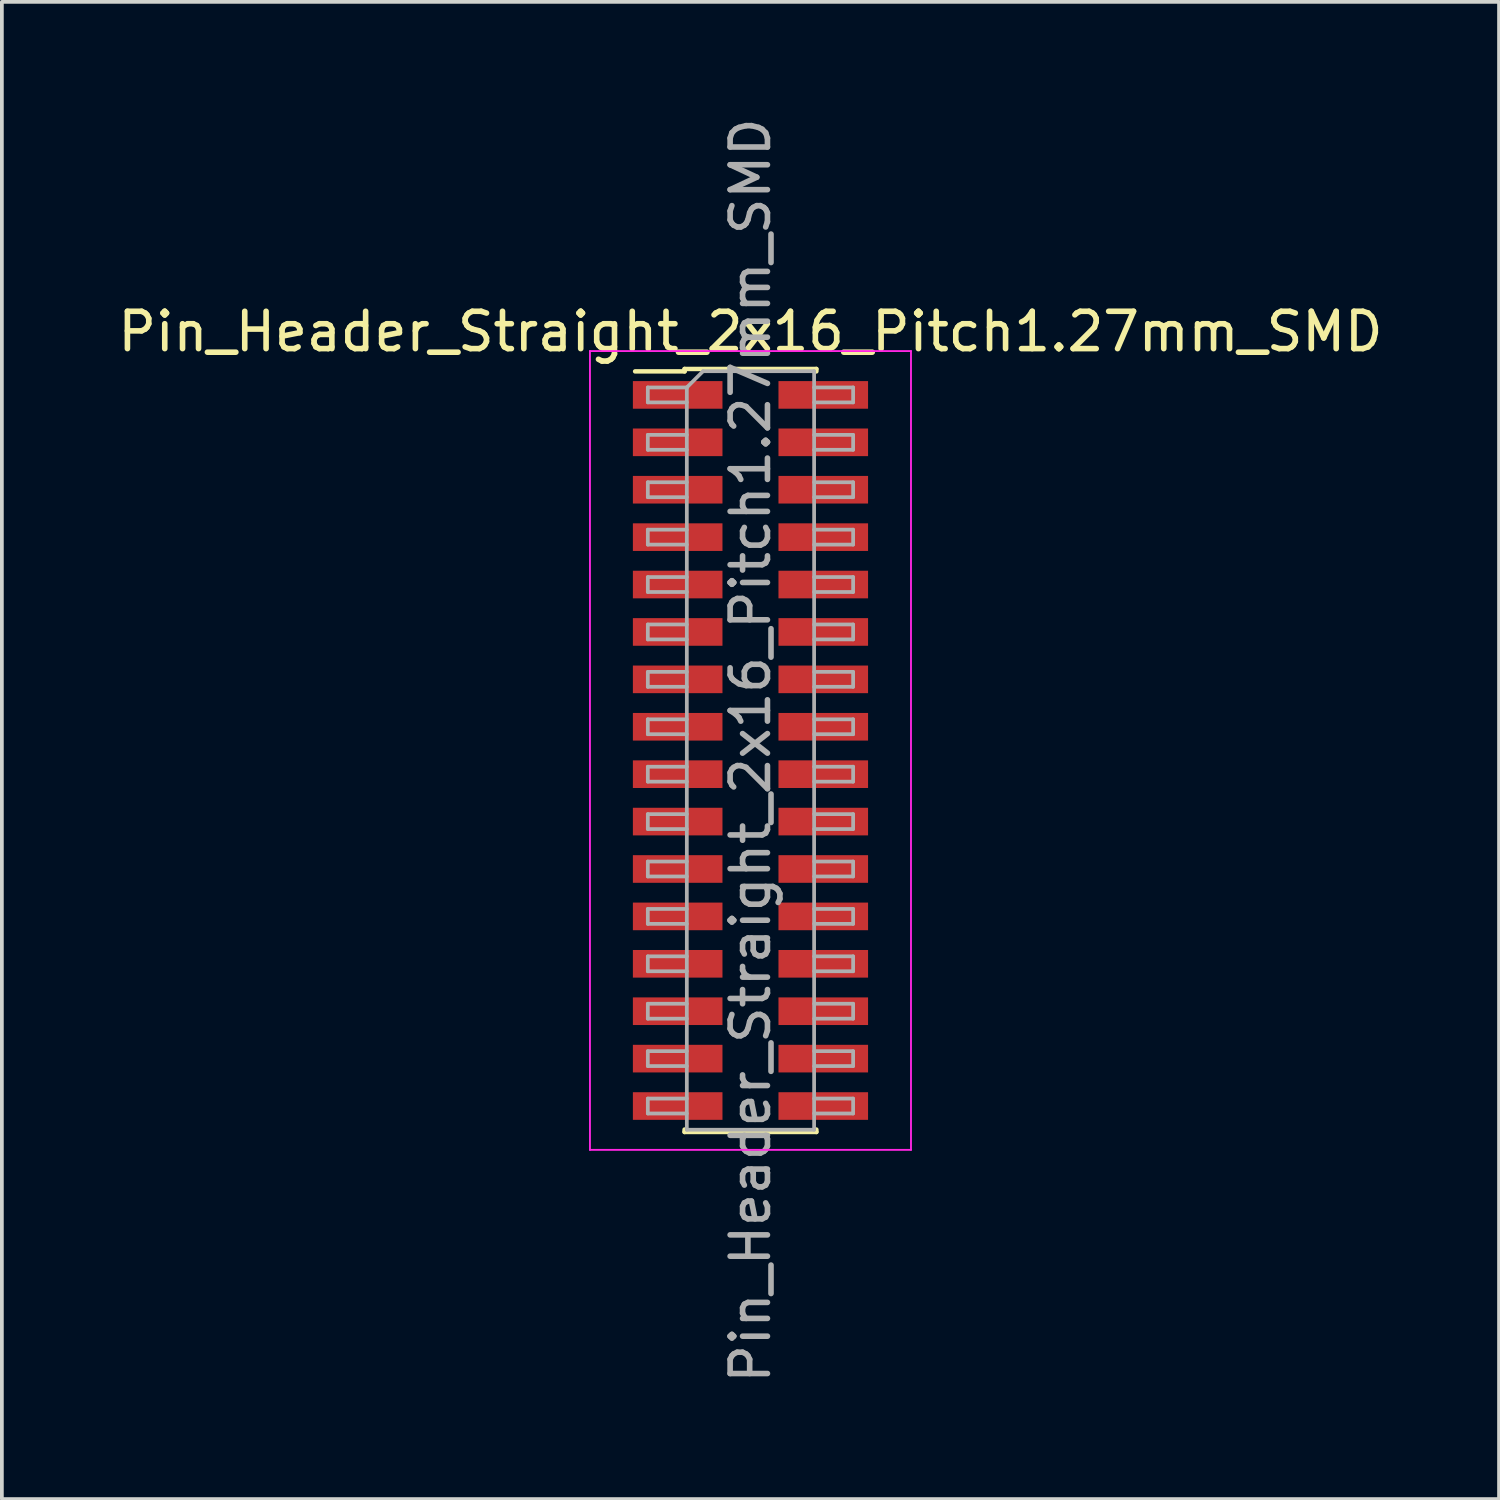
<source format=kicad_pcb>
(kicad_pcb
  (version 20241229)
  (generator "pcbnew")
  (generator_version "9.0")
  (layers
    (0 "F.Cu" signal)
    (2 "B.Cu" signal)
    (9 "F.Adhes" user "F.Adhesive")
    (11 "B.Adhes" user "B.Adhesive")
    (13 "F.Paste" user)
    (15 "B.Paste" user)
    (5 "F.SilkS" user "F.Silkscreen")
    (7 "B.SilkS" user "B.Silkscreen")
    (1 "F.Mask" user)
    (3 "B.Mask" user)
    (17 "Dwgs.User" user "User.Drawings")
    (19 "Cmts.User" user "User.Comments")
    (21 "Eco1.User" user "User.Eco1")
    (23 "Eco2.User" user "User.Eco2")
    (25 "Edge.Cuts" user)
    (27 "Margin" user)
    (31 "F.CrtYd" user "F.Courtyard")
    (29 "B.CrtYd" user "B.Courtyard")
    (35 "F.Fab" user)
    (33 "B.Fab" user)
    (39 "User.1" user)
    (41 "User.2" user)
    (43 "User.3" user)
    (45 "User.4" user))
  (footprint "Pin_Header_Straight_2x16_Pitch1.27mm_SMD"
    (layer "F.Cu")
    (at 17.054 17.054)
    (property "Reference" "Pin_Header_Straight_2x16_Pitch1.27mm_SMD" (at 0 -11.22 0) (layer "F.SilkS") (effects (font (size 1 1) (thickness 0.15))))
    (attr smd)
    (fp_line (start -3.09 -10.155) (end -1.765 -10.155) (stroke (width 0.12) (type solid)) (layer "F.SilkS"))
    (fp_line (start -1.765 -10.22) (end -1.765 -10.155) (stroke (width 0.12) (type solid)) (layer "F.SilkS"))
    (fp_line (start -1.765 -10.22) (end 1.765 -10.22) (stroke (width 0.12) (type solid)) (layer "F.SilkS"))
    (fp_line (start -1.765 10.155) (end -1.765 10.22) (stroke (width 0.12) (type solid)) (layer "F.SilkS"))
    (fp_line (start -1.765 10.22) (end 1.765 10.22) (stroke (width 0.12) (type solid)) (layer "F.SilkS"))
    (fp_line (start 1.765 -10.22) (end 1.765 -10.155) (stroke (width 0.12) (type solid)) (layer "F.SilkS"))
    (fp_line (start 1.765 10.155) (end 1.765 10.22) (stroke (width 0.12) (type solid)) (layer "F.SilkS"))
    (fp_line (start -4.3 -10.7) (end -4.3 10.7) (stroke (width 0.05) (type solid)) (layer "F.CrtYd"))
    (fp_line (start -4.3 10.7) (end 4.3 10.7) (stroke (width 0.05) (type solid)) (layer "F.CrtYd"))
    (fp_line (start 4.3 -10.7) (end -4.3 -10.7) (stroke (width 0.05) (type solid)) (layer "F.CrtYd"))
    (fp_line (start 4.3 10.7) (end 4.3 -10.7) (stroke (width 0.05) (type solid)) (layer "F.CrtYd"))
    (fp_line (start -2.75 -9.725) (end -2.75 -9.325) (stroke (width 0.1) (type solid)) (layer "F.Fab"))
    (fp_line (start -2.75 -9.325) (end -1.705 -9.325) (stroke (width 0.1) (type solid)) (layer "F.Fab"))
    (fp_line (start -2.75 -8.455) (end -2.75 -8.055) (stroke (width 0.1) (type solid)) (layer "F.Fab"))
    (fp_line (start -2.75 -8.055) (end -1.705 -8.055) (stroke (width 0.1) (type solid)) (layer "F.Fab"))
    (fp_line (start -2.75 -7.185) (end -2.75 -6.785) (stroke (width 0.1) (type solid)) (layer "F.Fab"))
    (fp_line (start -2.75 -6.785) (end -1.705 -6.785) (stroke (width 0.1) (type solid)) (layer "F.Fab"))
    (fp_line (start -2.75 -5.915) (end -2.75 -5.515) (stroke (width 0.1) (type solid)) (layer "F.Fab"))
    (fp_line (start -2.75 -5.515) (end -1.705 -5.515) (stroke (width 0.1) (type solid)) (layer "F.Fab"))
    (fp_line (start -2.75 -4.645) (end -2.75 -4.245) (stroke (width 0.1) (type solid)) (layer "F.Fab"))
    (fp_line (start -2.75 -4.245) (end -1.705 -4.245) (stroke (width 0.1) (type solid)) (layer "F.Fab"))
    (fp_line (start -2.75 -3.375) (end -2.75 -2.975) (stroke (width 0.1) (type solid)) (layer "F.Fab"))
    (fp_line (start -2.75 -2.975) (end -1.705 -2.975) (stroke (width 0.1) (type solid)) (layer "F.Fab"))
    (fp_line (start -2.75 -2.105) (end -2.75 -1.705) (stroke (width 0.1) (type solid)) (layer "F.Fab"))
    (fp_line (start -2.75 -1.705) (end -1.705 -1.705) (stroke (width 0.1) (type solid)) (layer "F.Fab"))
    (fp_line (start -2.75 -0.835) (end -2.75 -0.435) (stroke (width 0.1) (type solid)) (layer "F.Fab"))
    (fp_line (start -2.75 -0.435) (end -1.705 -0.435) (stroke (width 0.1) (type solid)) (layer "F.Fab"))
    (fp_line (start -2.75 0.435) (end -2.75 0.835) (stroke (width 0.1) (type solid)) (layer "F.Fab"))
    (fp_line (start -2.75 0.835) (end -1.705 0.835) (stroke (width 0.1) (type solid)) (layer "F.Fab"))
    (fp_line (start -2.75 1.705) (end -2.75 2.105) (stroke (width 0.1) (type solid)) (layer "F.Fab"))
    (fp_line (start -2.75 2.105) (end -1.705 2.105) (stroke (width 0.1) (type solid)) (layer "F.Fab"))
    (fp_line (start -2.75 2.975) (end -2.75 3.375) (stroke (width 0.1) (type solid)) (layer "F.Fab"))
    (fp_line (start -2.75 3.375) (end -1.705 3.375) (stroke (width 0.1) (type solid)) (layer "F.Fab"))
    (fp_line (start -2.75 4.245) (end -2.75 4.645) (stroke (width 0.1) (type solid)) (layer "F.Fab"))
    (fp_line (start -2.75 4.645) (end -1.705 4.645) (stroke (width 0.1) (type solid)) (layer "F.Fab"))
    (fp_line (start -2.75 5.515) (end -2.75 5.915) (stroke (width 0.1) (type solid)) (layer "F.Fab"))
    (fp_line (start -2.75 5.915) (end -1.705 5.915) (stroke (width 0.1) (type solid)) (layer "F.Fab"))
    (fp_line (start -2.75 6.785) (end -2.75 7.185) (stroke (width 0.1) (type solid)) (layer "F.Fab"))
    (fp_line (start -2.75 7.185) (end -1.705 7.185) (stroke (width 0.1) (type solid)) (layer "F.Fab"))
    (fp_line (start -2.75 8.055) (end -2.75 8.455) (stroke (width 0.1) (type solid)) (layer "F.Fab"))
    (fp_line (start -2.75 8.455) (end -1.705 8.455) (stroke (width 0.1) (type solid)) (layer "F.Fab"))
    (fp_line (start -2.75 9.325) (end -2.75 9.725) (stroke (width 0.1) (type solid)) (layer "F.Fab"))
    (fp_line (start -2.75 9.725) (end -1.705 9.725) (stroke (width 0.1) (type solid)) (layer "F.Fab"))
    (fp_line (start -1.705 -9.725) (end -2.75 -9.725) (stroke (width 0.1) (type solid)) (layer "F.Fab"))
    (fp_line (start -1.705 -9.725) (end -1.27 -10.16) (stroke (width 0.1) (type solid)) (layer "F.Fab"))
    (fp_line (start -1.705 -8.455) (end -2.75 -8.455) (stroke (width 0.1) (type solid)) (layer "F.Fab"))
    (fp_line (start -1.705 -7.185) (end -2.75 -7.185) (stroke (width 0.1) (type solid)) (layer "F.Fab"))
    (fp_line (start -1.705 -5.915) (end -2.75 -5.915) (stroke (width 0.1) (type solid)) (layer "F.Fab"))
    (fp_line (start -1.705 -4.645) (end -2.75 -4.645) (stroke (width 0.1) (type solid)) (layer "F.Fab"))
    (fp_line (start -1.705 -3.375) (end -2.75 -3.375) (stroke (width 0.1) (type solid)) (layer "F.Fab"))
    (fp_line (start -1.705 -2.105) (end -2.75 -2.105) (stroke (width 0.1) (type solid)) (layer "F.Fab"))
    (fp_line (start -1.705 -0.835) (end -2.75 -0.835) (stroke (width 0.1) (type solid)) (layer "F.Fab"))
    (fp_line (start -1.705 0.435) (end -2.75 0.435) (stroke (width 0.1) (type solid)) (layer "F.Fab"))
    (fp_line (start -1.705 1.705) (end -2.75 1.705) (stroke (width 0.1) (type solid)) (layer "F.Fab"))
    (fp_line (start -1.705 2.975) (end -2.75 2.975) (stroke (width 0.1) (type solid)) (layer "F.Fab"))
    (fp_line (start -1.705 4.245) (end -2.75 4.245) (stroke (width 0.1) (type solid)) (layer "F.Fab"))
    (fp_line (start -1.705 5.515) (end -2.75 5.515) (stroke (width 0.1) (type solid)) (layer "F.Fab"))
    (fp_line (start -1.705 6.785) (end -2.75 6.785) (stroke (width 0.1) (type solid)) (layer "F.Fab"))
    (fp_line (start -1.705 8.055) (end -2.75 8.055) (stroke (width 0.1) (type solid)) (layer "F.Fab"))
    (fp_line (start -1.705 9.325) (end -2.75 9.325) (stroke (width 0.1) (type solid)) (layer "F.Fab"))
    (fp_line (start -1.705 10.16) (end -1.705 -9.725) (stroke (width 0.1) (type solid)) (layer "F.Fab"))
    (fp_line (start -1.27 -10.16) (end 1.705 -10.16) (stroke (width 0.1) (type solid)) (layer "F.Fab"))
    (fp_line (start 1.705 -10.16) (end 1.705 10.16) (stroke (width 0.1) (type solid)) (layer "F.Fab"))
    (fp_line (start 1.705 -9.725) (end 2.75 -9.725) (stroke (width 0.1) (type solid)) (layer "F.Fab"))
    (fp_line (start 1.705 -8.455) (end 2.75 -8.455) (stroke (width 0.1) (type solid)) (layer "F.Fab"))
    (fp_line (start 1.705 -7.185) (end 2.75 -7.185) (stroke (width 0.1) (type solid)) (layer "F.Fab"))
    (fp_line (start 1.705 -5.915) (end 2.75 -5.915) (stroke (width 0.1) (type solid)) (layer "F.Fab"))
    (fp_line (start 1.705 -4.645) (end 2.75 -4.645) (stroke (width 0.1) (type solid)) (layer "F.Fab"))
    (fp_line (start 1.705 -3.375) (end 2.75 -3.375) (stroke (width 0.1) (type solid)) (layer "F.Fab"))
    (fp_line (start 1.705 -2.105) (end 2.75 -2.105) (stroke (width 0.1) (type solid)) (layer "F.Fab"))
    (fp_line (start 1.705 -0.835) (end 2.75 -0.835) (stroke (width 0.1) (type solid)) (layer "F.Fab"))
    (fp_line (start 1.705 0.435) (end 2.75 0.435) (stroke (width 0.1) (type solid)) (layer "F.Fab"))
    (fp_line (start 1.705 1.705) (end 2.75 1.705) (stroke (width 0.1) (type solid)) (layer "F.Fab"))
    (fp_line (start 1.705 2.975) (end 2.75 2.975) (stroke (width 0.1) (type solid)) (layer "F.Fab"))
    (fp_line (start 1.705 4.245) (end 2.75 4.245) (stroke (width 0.1) (type solid)) (layer "F.Fab"))
    (fp_line (start 1.705 5.515) (end 2.75 5.515) (stroke (width 0.1) (type solid)) (layer "F.Fab"))
    (fp_line (start 1.705 6.785) (end 2.75 6.785) (stroke (width 0.1) (type solid)) (layer "F.Fab"))
    (fp_line (start 1.705 8.055) (end 2.75 8.055) (stroke (width 0.1) (type solid)) (layer "F.Fab"))
    (fp_line (start 1.705 9.325) (end 2.75 9.325) (stroke (width 0.1) (type solid)) (layer "F.Fab"))
    (fp_line (start 1.705 10.16) (end -1.705 10.16) (stroke (width 0.1) (type solid)) (layer "F.Fab"))
    (fp_line (start 2.75 -9.725) (end 2.75 -9.325) (stroke (width 0.1) (type solid)) (layer "F.Fab"))
    (fp_line (start 2.75 -9.325) (end 1.705 -9.325) (stroke (width 0.1) (type solid)) (layer "F.Fab"))
    (fp_line (start 2.75 -8.455) (end 2.75 -8.055) (stroke (width 0.1) (type solid)) (layer "F.Fab"))
    (fp_line (start 2.75 -8.055) (end 1.705 -8.055) (stroke (width 0.1) (type solid)) (layer "F.Fab"))
    (fp_line (start 2.75 -7.185) (end 2.75 -6.785) (stroke (width 0.1) (type solid)) (layer "F.Fab"))
    (fp_line (start 2.75 -6.785) (end 1.705 -6.785) (stroke (width 0.1) (type solid)) (layer "F.Fab"))
    (fp_line (start 2.75 -5.915) (end 2.75 -5.515) (stroke (width 0.1) (type solid)) (layer "F.Fab"))
    (fp_line (start 2.75 -5.515) (end 1.705 -5.515) (stroke (width 0.1) (type solid)) (layer "F.Fab"))
    (fp_line (start 2.75 -4.645) (end 2.75 -4.245) (stroke (width 0.1) (type solid)) (layer "F.Fab"))
    (fp_line (start 2.75 -4.245) (end 1.705 -4.245) (stroke (width 0.1) (type solid)) (layer "F.Fab"))
    (fp_line (start 2.75 -3.375) (end 2.75 -2.975) (stroke (width 0.1) (type solid)) (layer "F.Fab"))
    (fp_line (start 2.75 -2.975) (end 1.705 -2.975) (stroke (width 0.1) (type solid)) (layer "F.Fab"))
    (fp_line (start 2.75 -2.105) (end 2.75 -1.705) (stroke (width 0.1) (type solid)) (layer "F.Fab"))
    (fp_line (start 2.75 -1.705) (end 1.705 -1.705) (stroke (width 0.1) (type solid)) (layer "F.Fab"))
    (fp_line (start 2.75 -0.835) (end 2.75 -0.435) (stroke (width 0.1) (type solid)) (layer "F.Fab"))
    (fp_line (start 2.75 -0.435) (end 1.705 -0.435) (stroke (width 0.1) (type solid)) (layer "F.Fab"))
    (fp_line (start 2.75 0.435) (end 2.75 0.835) (stroke (width 0.1) (type solid)) (layer "F.Fab"))
    (fp_line (start 2.75 0.835) (end 1.705 0.835) (stroke (width 0.1) (type solid)) (layer "F.Fab"))
    (fp_line (start 2.75 1.705) (end 2.75 2.105) (stroke (width 0.1) (type solid)) (layer "F.Fab"))
    (fp_line (start 2.75 2.105) (end 1.705 2.105) (stroke (width 0.1) (type solid)) (layer "F.Fab"))
    (fp_line (start 2.75 2.975) (end 2.75 3.375) (stroke (width 0.1) (type solid)) (layer "F.Fab"))
    (fp_line (start 2.75 3.375) (end 1.705 3.375) (stroke (width 0.1) (type solid)) (layer "F.Fab"))
    (fp_line (start 2.75 4.245) (end 2.75 4.645) (stroke (width 0.1) (type solid)) (layer "F.Fab"))
    (fp_line (start 2.75 4.645) (end 1.705 4.645) (stroke (width 0.1) (type solid)) (layer "F.Fab"))
    (fp_line (start 2.75 5.515) (end 2.75 5.915) (stroke (width 0.1) (type solid)) (layer "F.Fab"))
    (fp_line (start 2.75 5.915) (end 1.705 5.915) (stroke (width 0.1) (type solid)) (layer "F.Fab"))
    (fp_line (start 2.75 6.785) (end 2.75 7.185) (stroke (width 0.1) (type solid)) (layer "F.Fab"))
    (fp_line (start 2.75 7.185) (end 1.705 7.185) (stroke (width 0.1) (type solid)) (layer "F.Fab"))
    (fp_line (start 2.75 8.055) (end 2.75 8.455) (stroke (width 0.1) (type solid)) (layer "F.Fab"))
    (fp_line (start 2.75 8.455) (end 1.705 8.455) (stroke (width 0.1) (type solid)) (layer "F.Fab"))
    (fp_line (start 2.75 9.325) (end 2.75 9.725) (stroke (width 0.1) (type solid)) (layer "F.Fab"))
    (fp_line (start 2.75 9.725) (end 1.705 9.725) (stroke (width 0.1) (type solid)) (layer "F.Fab"))
    (fp_text user "${REFERENCE}" (at 0 0 90) (layer "F.Fab") (effects (font (size 1 1) (thickness 0.15))))
    (pad "1" smd rect (at -1.95 -9.525) (size 2.4 0.74) (layers "F.Cu" "F.Mask" "F.Paste"))
    (pad "2" smd rect (at 1.95 -9.525) (size 2.4 0.74) (layers "F.Cu" "F.Mask" "F.Paste"))
    (pad "3" smd rect (at -1.95 -8.255) (size 2.4 0.74) (layers "F.Cu" "F.Mask" "F.Paste"))
    (pad "4" smd rect (at 1.95 -8.255) (size 2.4 0.74) (layers "F.Cu" "F.Mask" "F.Paste"))
    (pad "5" smd rect (at -1.95 -6.985) (size 2.4 0.74) (layers "F.Cu" "F.Mask" "F.Paste"))
    (pad "6" smd rect (at 1.95 -6.985) (size 2.4 0.74) (layers "F.Cu" "F.Mask" "F.Paste"))
    (pad "7" smd rect (at -1.95 -5.715) (size 2.4 0.74) (layers "F.Cu" "F.Mask" "F.Paste"))
    (pad "8" smd rect (at 1.95 -5.715) (size 2.4 0.74) (layers "F.Cu" "F.Mask" "F.Paste"))
    (pad "9" smd rect (at -1.95 -4.445) (size 2.4 0.74) (layers "F.Cu" "F.Mask" "F.Paste"))
    (pad "10" smd rect (at 1.95 -4.445) (size 2.4 0.74) (layers "F.Cu" "F.Mask" "F.Paste"))
    (pad "11" smd rect (at -1.95 -3.175) (size 2.4 0.74) (layers "F.Cu" "F.Mask" "F.Paste"))
    (pad "12" smd rect (at 1.95 -3.175) (size 2.4 0.74) (layers "F.Cu" "F.Mask" "F.Paste"))
    (pad "13" smd rect (at -1.95 -1.905) (size 2.4 0.74) (layers "F.Cu" "F.Mask" "F.Paste"))
    (pad "14" smd rect (at 1.95 -1.905) (size 2.4 0.74) (layers "F.Cu" "F.Mask" "F.Paste"))
    (pad "15" smd rect (at -1.95 -0.635) (size 2.4 0.74) (layers "F.Cu" "F.Mask" "F.Paste"))
    (pad "16" smd rect (at 1.95 -0.635) (size 2.4 0.74) (layers "F.Cu" "F.Mask" "F.Paste"))
    (pad "17" smd rect (at -1.95 0.635) (size 2.4 0.74) (layers "F.Cu" "F.Mask" "F.Paste"))
    (pad "18" smd rect (at 1.95 0.635) (size 2.4 0.74) (layers "F.Cu" "F.Mask" "F.Paste"))
    (pad "19" smd rect (at -1.95 1.905) (size 2.4 0.74) (layers "F.Cu" "F.Mask" "F.Paste"))
    (pad "20" smd rect (at 1.95 1.905) (size 2.4 0.74) (layers "F.Cu" "F.Mask" "F.Paste"))
    (pad "21" smd rect (at -1.95 3.175) (size 2.4 0.74) (layers "F.Cu" "F.Mask" "F.Paste"))
    (pad "22" smd rect (at 1.95 3.175) (size 2.4 0.74) (layers "F.Cu" "F.Mask" "F.Paste"))
    (pad "23" smd rect (at -1.95 4.445) (size 2.4 0.74) (layers "F.Cu" "F.Mask" "F.Paste"))
    (pad "24" smd rect (at 1.95 4.445) (size 2.4 0.74) (layers "F.Cu" "F.Mask" "F.Paste"))
    (pad "25" smd rect (at -1.95 5.715) (size 2.4 0.74) (layers "F.Cu" "F.Mask" "F.Paste"))
    (pad "26" smd rect (at 1.95 5.715) (size 2.4 0.74) (layers "F.Cu" "F.Mask" "F.Paste"))
    (pad "27" smd rect (at -1.95 6.985) (size 2.4 0.74) (layers "F.Cu" "F.Mask" "F.Paste"))
    (pad "28" smd rect (at 1.95 6.985) (size 2.4 0.74) (layers "F.Cu" "F.Mask" "F.Paste"))
    (pad "29" smd rect (at -1.95 8.255) (size 2.4 0.74) (layers "F.Cu" "F.Mask" "F.Paste"))
    (pad "30" smd rect (at 1.95 8.255) (size 2.4 0.74) (layers "F.Cu" "F.Mask" "F.Paste"))
    (pad "31" smd rect (at -1.95 9.525) (size 2.4 0.74) (layers "F.Cu" "F.Mask" "F.Paste"))
    (pad "32" smd rect (at 1.95 9.525) (size 2.4 0.74) (layers "F.Cu" "F.Mask" "F.Paste")))
  (gr_rect
    (start -3 -3)
    (end 37.107 37.107)
    (stroke (width 0.1) (type default))
    (fill no)
    (layer "Edge.Cuts")))
</source>
